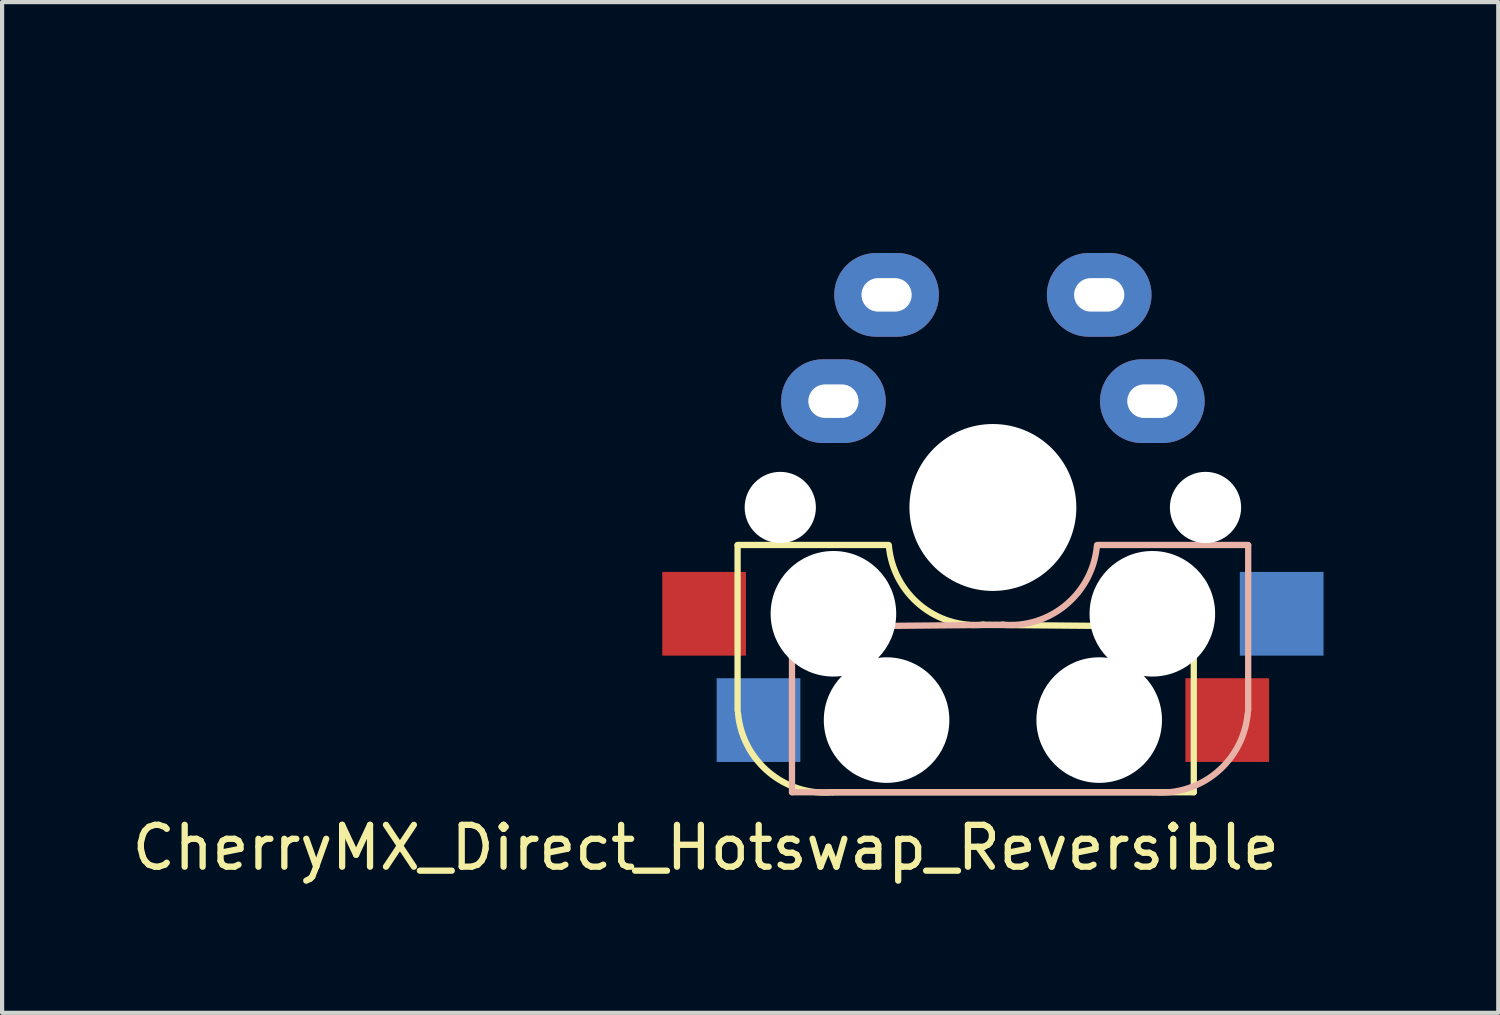
<source format=kicad_pcb>
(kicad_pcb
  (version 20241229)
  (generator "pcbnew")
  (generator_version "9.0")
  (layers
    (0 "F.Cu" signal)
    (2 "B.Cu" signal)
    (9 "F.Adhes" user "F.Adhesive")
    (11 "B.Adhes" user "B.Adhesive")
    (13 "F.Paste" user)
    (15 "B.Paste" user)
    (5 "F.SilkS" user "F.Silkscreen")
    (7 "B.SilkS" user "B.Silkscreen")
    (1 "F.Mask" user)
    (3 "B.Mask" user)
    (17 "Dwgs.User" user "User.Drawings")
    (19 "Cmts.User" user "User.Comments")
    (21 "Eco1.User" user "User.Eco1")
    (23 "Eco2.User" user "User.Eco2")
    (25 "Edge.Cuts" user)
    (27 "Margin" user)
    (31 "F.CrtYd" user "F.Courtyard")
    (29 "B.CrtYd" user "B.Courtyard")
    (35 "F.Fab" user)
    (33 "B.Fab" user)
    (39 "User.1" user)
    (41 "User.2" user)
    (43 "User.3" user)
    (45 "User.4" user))
  (footprint "CherryMX_Direct_Hotswap_Reversible"
    (layer "F.Cu")
    (at 20.673 9.075)
    (property "Reference" "CherryMX_Direct_Hotswap_Reversible" (at -6.858 8.128 0) (layer "F.SilkS") (effects (font (size 1 1) (thickness 0.15))))
    (attr through_hole)
    (fp_line (start -6.1 0.896) (end -2.49 0.896) (stroke (width 0.15) (type solid)) (layer "F.SilkS"))
    (fp_line (start -6.1 4.85) (end -6.1 0.905) (stroke (width 0.15) (type solid)) (layer "F.SilkS"))
    (fp_line (start 4.8 2.85) (end -0.25 2.804) (stroke (width 0.15) (type solid)) (layer "F.SilkS"))
    (fp_line (start 4.8 2.896) (end 4.8 6.804) (stroke (width 0.15) (type solid)) (layer "F.SilkS"))
    (fp_line (start 4.8 6.804) (end -3.825 6.804) (stroke (width 0.15) (type solid)) (layer "F.SilkS"))
    (fp_arc (start -3.825 6.804) (mid -5.347189 6.33089) (end -6.089 4.92) (stroke (width 0.15) (type solid)) (layer "F.SilkS"))
    (fp_arc (start -0.225 2.8) (mid -1.744361 2.328061) (end -2.485 0.92) (stroke (width 0.15) (type solid)) (layer "F.SilkS"))
    (fp_line (start -4.8 2.85) (end 0.25 2.804) (stroke (width 0.15) (type solid)) (layer "B.SilkS"))
    (fp_line (start -4.8 2.896) (end -4.8 6.804) (stroke (width 0.15) (type solid)) (layer "B.SilkS"))
    (fp_line (start -4.8 6.804) (end 3.825 6.804) (stroke (width 0.15) (type solid)) (layer "B.SilkS"))
    (fp_line (start 6.1 0.896) (end 2.49 0.896) (stroke (width 0.15) (type solid)) (layer "B.SilkS"))
    (fp_line (start 6.1 4.85) (end 6.1 0.905) (stroke (width 0.15) (type solid)) (layer "B.SilkS"))
    (fp_arc (start 2.485 0.92) (mid 1.744361 2.328061) (end 0.225 2.8) (stroke (width 0.15) (type solid)) (layer "B.SilkS"))
    (fp_arc (start 6.089 4.92) (mid 5.347189 6.33089) (end 3.825 6.804) (stroke (width 0.15) (type solid)) (layer "B.SilkS"))
    (fp_line (start -9 -9) (end 9 -9) (stroke (width 0.15) (type solid)) (layer "Eco2.User"))
    (fp_line (start -9 9) (end -9 -9) (stroke (width 0.15) (type solid)) (layer "Eco2.User"))
    (fp_line (start -7 -7) (end 7 -7) (stroke (width 0.15) (type solid)) (layer "Eco2.User"))
    (fp_line (start -7 7) (end -7 -7) (stroke (width 0.15) (type solid)) (layer "Eco2.User"))
    (fp_line (start 7 -7) (end 7 7) (stroke (width 0.15) (type solid)) (layer "Eco2.User"))
    (fp_line (start 7 7) (end -7 7) (stroke (width 0.15) (type solid)) (layer "Eco2.User"))
    (fp_line (start 9 -9) (end 9 9) (stroke (width 0.15) (type solid)) (layer "Eco2.User"))
    (fp_line (start 9 9) (end -9 9) (stroke (width 0.15) (type solid)) (layer "Eco2.User"))
    (pad "" np_thru_hole circle (at -5.08 0) (size 1.702 1.702) (drill 1.702) (layers "*.Cu" "*.Mask"))
    (pad "" np_thru_hole circle (at -3.81 2.54) (size 3 3) (drill 3) (layers "*.Cu" "*.Mask"))
    (pad "" np_thru_hole circle (at -2.54 5.08) (size 3 3) (drill 3) (layers "*.Cu" "*.Mask"))
    (pad "" np_thru_hole circle (at 0 0 90) (size 3.988 3.988) (drill 3.988) (layers "*.Cu" "*.Mask"))
    (pad "" np_thru_hole circle (at 2.54 5.08) (size 3 3) (drill 3) (layers "*.Cu" "*.Mask"))
    (pad "" np_thru_hole circle (at 3.81 2.54) (size 3 3) (drill 3) (layers "*.Cu" "*.Mask"))
    (pad "" np_thru_hole circle (at 5.08 0) (size 1.702 1.702) (drill 1.702) (layers "*.Cu" "*.Mask"))
    (pad "1" smd rect (at -6.9 2.54) (size 2 2) (layers "F.Cu" "F.Mask" "F.Paste"))
    (pad "1" smd rect (at -5.6 5.08) (size 2 2) (layers "B.Cu" "B.Mask" "B.Paste"))
    (pad "1" thru_hole oval (at -3.81 -2.54) (size 2.5 2) (drill oval 1.2 0.8) (layers "*.Cu" "*.Mask"))
    (pad "1" thru_hole oval (at -2.54 -5.08) (size 2.5 2) (drill oval 1.2 0.8) (layers "*.Cu" "*.Mask"))
    (pad "2" thru_hole oval (at 2.54 -5.08) (size 2.5 2) (drill oval 1.2 0.8) (layers "*.Cu" "*.Mask"))
    (pad "2" thru_hole oval (at 3.81 -2.54) (size 2.5 2) (drill oval 1.2 0.8) (layers "*.Cu" "*.Mask"))
    (pad "2" smd rect (at 5.6 5.08) (size 2 2) (layers "F.Cu" "F.Mask" "F.Paste"))
    (pad "2" smd rect (at 6.9 2.54) (size 2 2) (layers "B.Cu" "B.Mask" "B.Paste")))
  (gr_rect
    (start -3 -3)
    (end 32.748 21.15)
    (stroke (width 0.1) (type default))
    (fill no)
    (layer "Edge.Cuts")))
</source>
